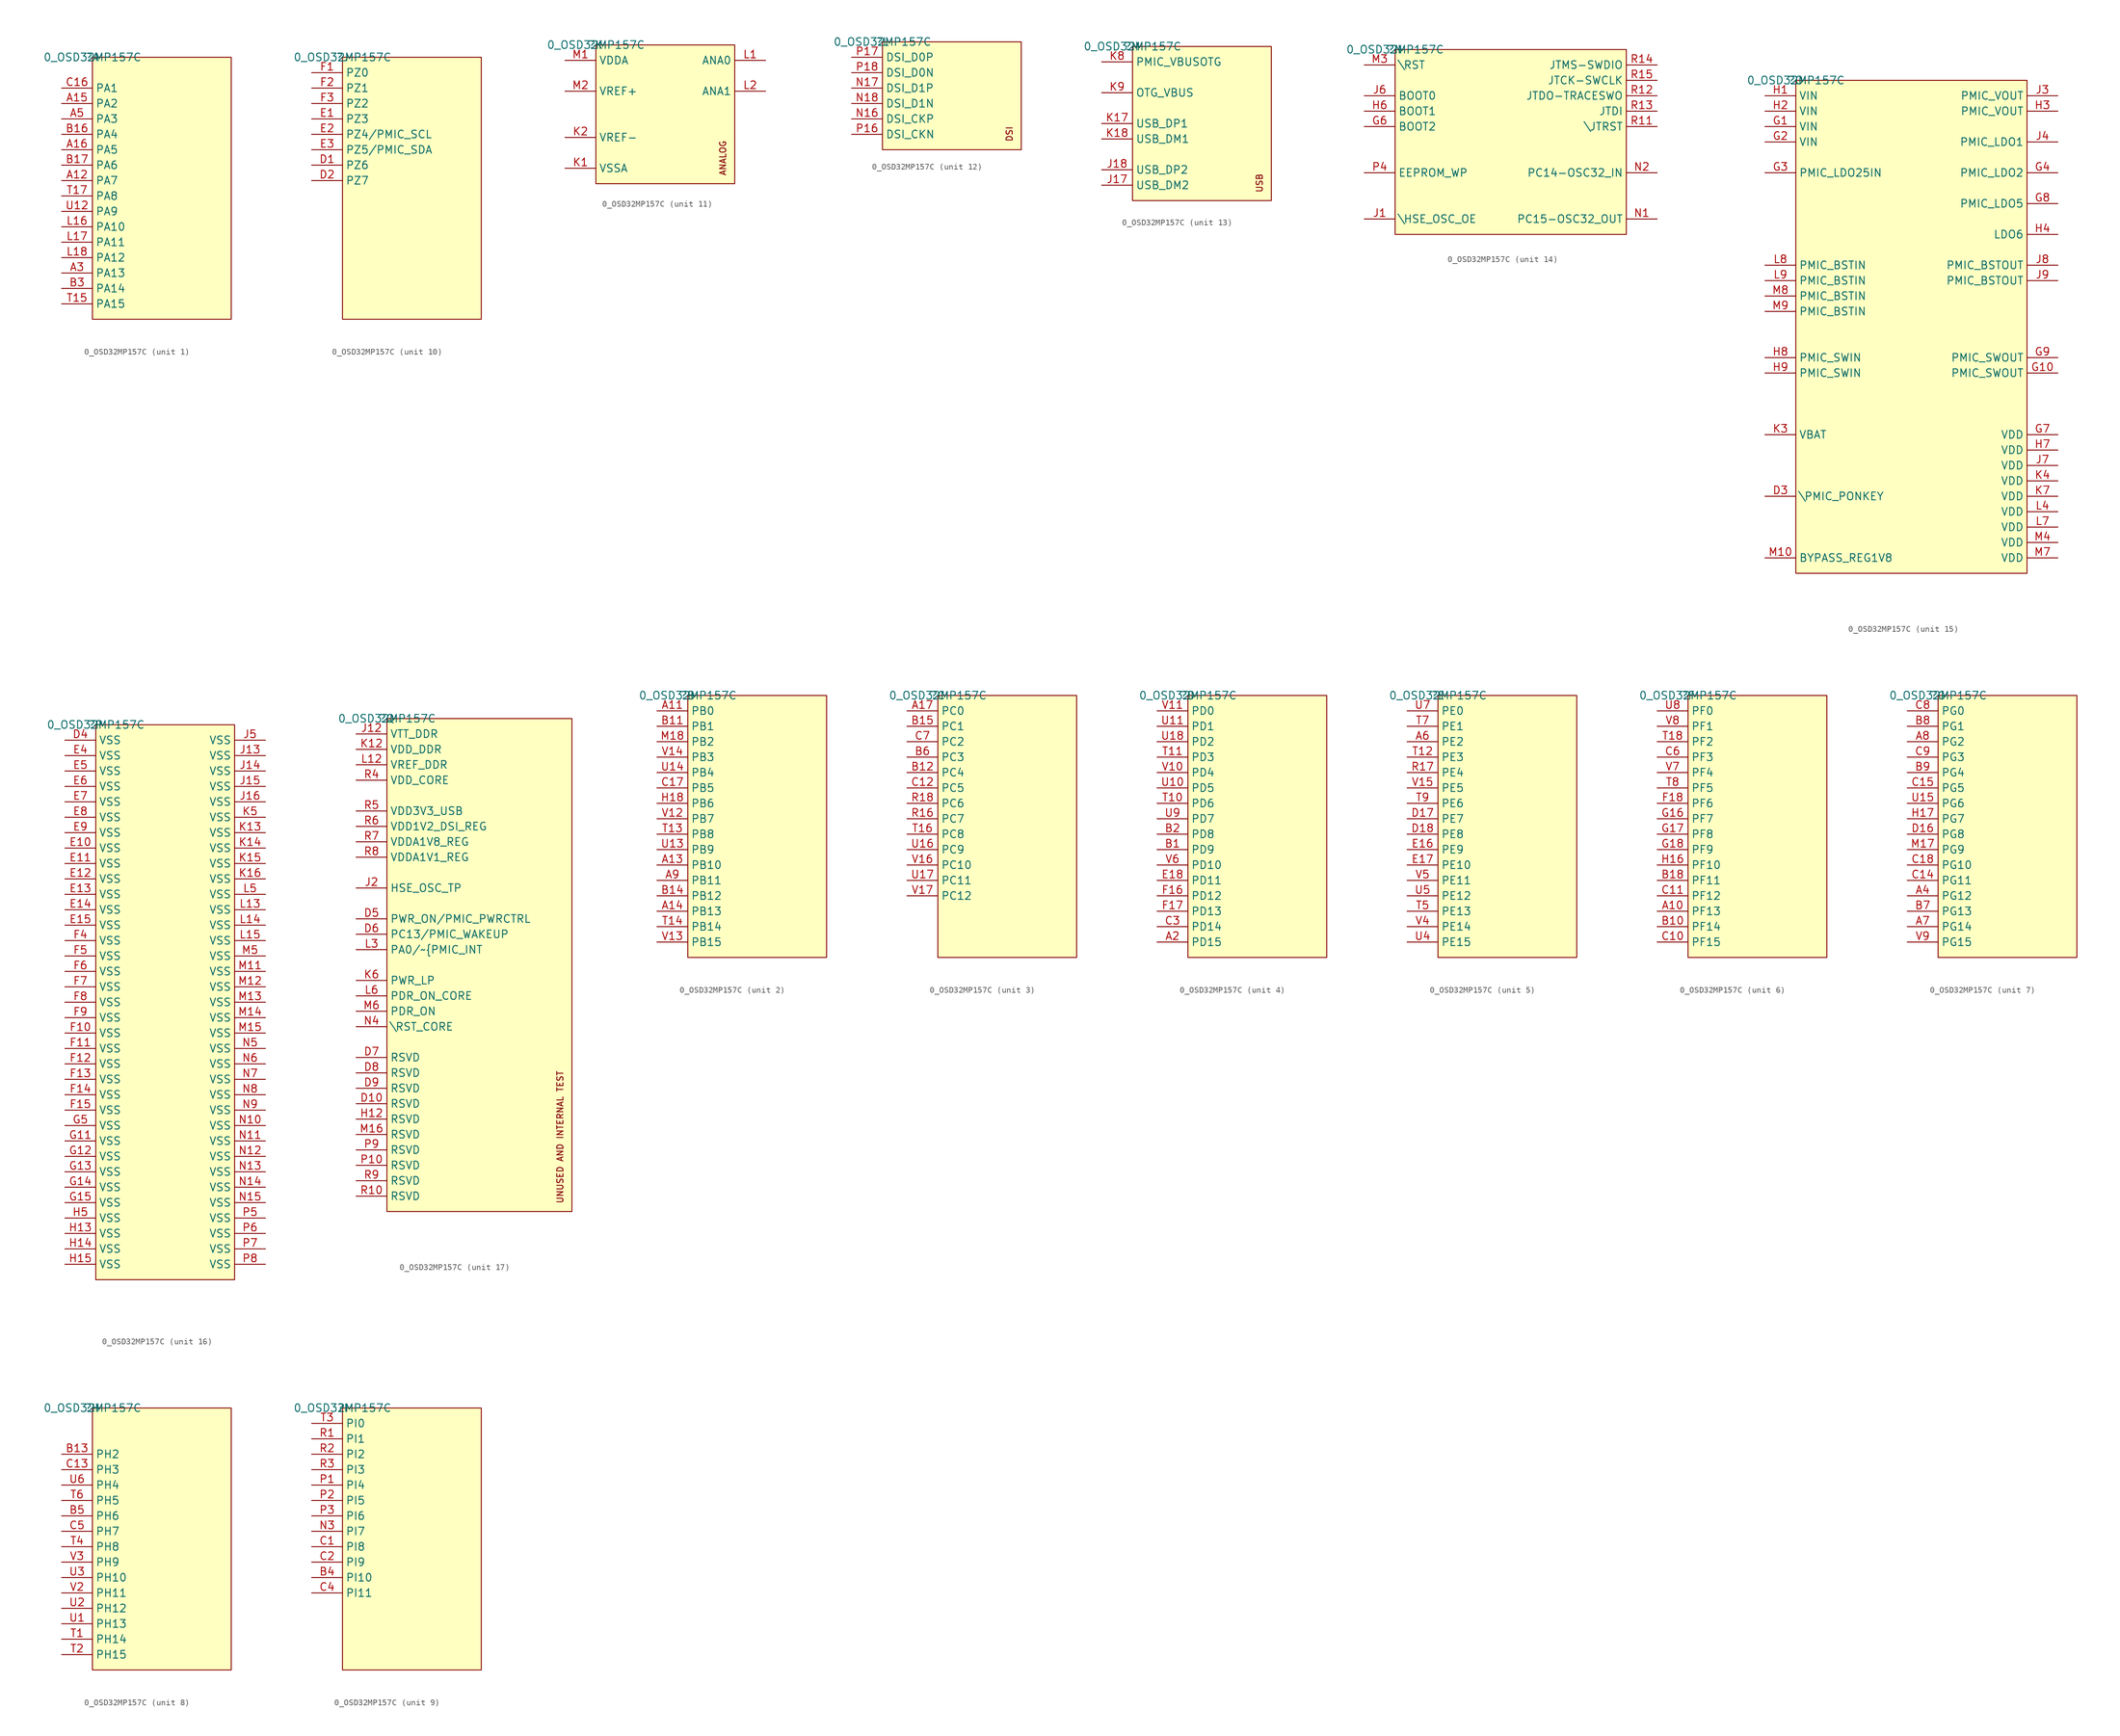
<source format=kicad_sym>
(kicad_symbol_lib
  (version 20210619)
  (generator kicad_symbol_editor)
  (symbol "OSD19001_CORE-altium-import:0_OSD32MP157C"
    (property "Reference" ""
      (at 0 0 0)
      (effects (font (size 1.27 1.27))))
    (property "Value" "0_OSD32MP157C"
      (at 0 0 0)
      (effects (font (size 1.27 1.27))))
    (symbol "0_OSD32MP157C_1_0"
      (rectangle (start 22.86 0) (end 0 -43.18) (stroke (width 0)) (fill (type background)))
      (pin bidirectional line (at -5.08 -20.32 0) (length 5.08) (name "PA7" (effects (font (size 1.27 1.27)))) (number "A12" (effects (font (size 1.27 1.27)))))
      (pin bidirectional line (at -5.08 -7.62 0) (length 5.08) (name "PA2" (effects (font (size 1.27 1.27)))) (number "A15" (effects (font (size 1.27 1.27)))))
      (pin bidirectional line (at -5.08 -15.24 0) (length 5.08) (name "PA5" (effects (font (size 1.27 1.27)))) (number "A16" (effects (font (size 1.27 1.27)))))
      (pin bidirectional line (at -5.08 -35.56 0) (length 5.08) (name "PA13" (effects (font (size 1.27 1.27)))) (number "A3" (effects (font (size 1.27 1.27)))))
      (pin bidirectional line (at -5.08 -10.16 0) (length 5.08) (name "PA3" (effects (font (size 1.27 1.27)))) (number "A5" (effects (font (size 1.27 1.27)))))
      (pin bidirectional line (at -5.08 -12.7 0) (length 5.08) (name "PA4" (effects (font (size 1.27 1.27)))) (number "B16" (effects (font (size 1.27 1.27)))))
      (pin bidirectional line (at -5.08 -17.78 0) (length 5.08) (name "PA6" (effects (font (size 1.27 1.27)))) (number "B17" (effects (font (size 1.27 1.27)))))
      (pin bidirectional line (at -5.08 -38.1 0) (length 5.08) (name "PA14" (effects (font (size 1.27 1.27)))) (number "B3" (effects (font (size 1.27 1.27)))))
      (pin bidirectional line (at -5.08 -5.08 0) (length 5.08) (name "PA1" (effects (font (size 1.27 1.27)))) (number "C16" (effects (font (size 1.27 1.27)))))
      (pin bidirectional line (at -5.08 -27.94 0) (length 5.08) (name "PA10" (effects (font (size 1.27 1.27)))) (number "L16" (effects (font (size 1.27 1.27)))))
      (pin bidirectional line (at -5.08 -30.48 0) (length 5.08) (name "PA11" (effects (font (size 1.27 1.27)))) (number "L17" (effects (font (size 1.27 1.27)))))
      (pin bidirectional line (at -5.08 -33.02 0) (length 5.08) (name "PA12" (effects (font (size 1.27 1.27)))) (number "L18" (effects (font (size 1.27 1.27)))))
      (pin bidirectional line (at -5.08 -40.64 0) (length 5.08) (name "PA15" (effects (font (size 1.27 1.27)))) (number "T15" (effects (font (size 1.27 1.27)))))
      (pin bidirectional line (at -5.08 -22.86 0) (length 5.08) (name "PA8" (effects (font (size 1.27 1.27)))) (number "T17" (effects (font (size 1.27 1.27)))))
      (pin bidirectional line (at -5.08 -25.4 0) (length 5.08) (name "PA9" (effects (font (size 1.27 1.27)))) (number "U12" (effects (font (size 1.27 1.27))))))
    (symbol "0_OSD32MP157C_2_0"
      (rectangle (start 22.86 0) (end 0 -43.18) (stroke (width 0)) (fill (type background)))
      (pin bidirectional line (at -5.08 -2.54 0) (length 5.08) (name "PB0" (effects (font (size 1.27 1.27)))) (number "A11" (effects (font (size 1.27 1.27)))))
      (pin bidirectional line (at -5.08 -27.94 0) (length 5.08) (name "PB10" (effects (font (size 1.27 1.27)))) (number "A13" (effects (font (size 1.27 1.27)))))
      (pin bidirectional line (at -5.08 -35.56 0) (length 5.08) (name "PB13" (effects (font (size 1.27 1.27)))) (number "A14" (effects (font (size 1.27 1.27)))))
      (pin bidirectional line (at -5.08 -30.48 0) (length 5.08) (name "PB11" (effects (font (size 1.27 1.27)))) (number "A9" (effects (font (size 1.27 1.27)))))
      (pin bidirectional line (at -5.08 -5.08 0) (length 5.08) (name "PB1" (effects (font (size 1.27 1.27)))) (number "B11" (effects (font (size 1.27 1.27)))))
      (pin bidirectional line (at -5.08 -33.02 0) (length 5.08) (name "PB12" (effects (font (size 1.27 1.27)))) (number "B14" (effects (font (size 1.27 1.27)))))
      (pin bidirectional line (at -5.08 -15.24 0) (length 5.08) (name "PB5" (effects (font (size 1.27 1.27)))) (number "C17" (effects (font (size 1.27 1.27)))))
      (pin bidirectional line (at -5.08 -17.78 0) (length 5.08) (name "PB6" (effects (font (size 1.27 1.27)))) (number "H18" (effects (font (size 1.27 1.27)))))
      (pin bidirectional line (at -5.08 -7.62 0) (length 5.08) (name "PB2" (effects (font (size 1.27 1.27)))) (number "M18" (effects (font (size 1.27 1.27)))))
      (pin bidirectional line (at -5.08 -22.86 0) (length 5.08) (name "PB8" (effects (font (size 1.27 1.27)))) (number "T13" (effects (font (size 1.27 1.27)))))
      (pin bidirectional line (at -5.08 -38.1 0) (length 5.08) (name "PB14" (effects (font (size 1.27 1.27)))) (number "T14" (effects (font (size 1.27 1.27)))))
      (pin bidirectional line (at -5.08 -25.4 0) (length 5.08) (name "PB9" (effects (font (size 1.27 1.27)))) (number "U13" (effects (font (size 1.27 1.27)))))
      (pin bidirectional line (at -5.08 -12.7 0) (length 5.08) (name "PB4" (effects (font (size 1.27 1.27)))) (number "U14" (effects (font (size 1.27 1.27)))))
      (pin bidirectional line (at -5.08 -20.32 0) (length 5.08) (name "PB7" (effects (font (size 1.27 1.27)))) (number "V12" (effects (font (size 1.27 1.27)))))
      (pin bidirectional line (at -5.08 -40.64 0) (length 5.08) (name "PB15" (effects (font (size 1.27 1.27)))) (number "V13" (effects (font (size 1.27 1.27)))))
      (pin bidirectional line (at -5.08 -10.16 0) (length 5.08) (name "PB3" (effects (font (size 1.27 1.27)))) (number "V14" (effects (font (size 1.27 1.27))))))
    (symbol "0_OSD32MP157C_3_0"
      (rectangle (start 22.86 0) (end 0 -43.18) (stroke (width 0)) (fill (type background)))
      (pin bidirectional line (at -5.08 -2.54 0) (length 5.08) (name "PC0" (effects (font (size 1.27 1.27)))) (number "A17" (effects (font (size 1.27 1.27)))))
      (pin bidirectional line (at -5.08 -12.7 0) (length 5.08) (name "PC4" (effects (font (size 1.27 1.27)))) (number "B12" (effects (font (size 1.27 1.27)))))
      (pin bidirectional line (at -5.08 -5.08 0) (length 5.08) (name "PC1" (effects (font (size 1.27 1.27)))) (number "B15" (effects (font (size 1.27 1.27)))))
      (pin bidirectional line (at -5.08 -10.16 0) (length 5.08) (name "PC3" (effects (font (size 1.27 1.27)))) (number "B6" (effects (font (size 1.27 1.27)))))
      (pin bidirectional line (at -5.08 -15.24 0) (length 5.08) (name "PC5" (effects (font (size 1.27 1.27)))) (number "C12" (effects (font (size 1.27 1.27)))))
      (pin bidirectional line (at -5.08 -7.62 0) (length 5.08) (name "PC2" (effects (font (size 1.27 1.27)))) (number "C7" (effects (font (size 1.27 1.27)))))
      (pin bidirectional line (at -5.08 -20.32 0) (length 5.08) (name "PC7" (effects (font (size 1.27 1.27)))) (number "R16" (effects (font (size 1.27 1.27)))))
      (pin bidirectional line (at -5.08 -17.78 0) (length 5.08) (name "PC6" (effects (font (size 1.27 1.27)))) (number "R18" (effects (font (size 1.27 1.27)))))
      (pin bidirectional line (at -5.08 -22.86 0) (length 5.08) (name "PC8" (effects (font (size 1.27 1.27)))) (number "T16" (effects (font (size 1.27 1.27)))))
      (pin bidirectional line (at -5.08 -25.4 0) (length 5.08) (name "PC9" (effects (font (size 1.27 1.27)))) (number "U16" (effects (font (size 1.27 1.27)))))
      (pin bidirectional line (at -5.08 -30.48 0) (length 5.08) (name "PC11" (effects (font (size 1.27 1.27)))) (number "U17" (effects (font (size 1.27 1.27)))))
      (pin bidirectional line (at -5.08 -27.94 0) (length 5.08) (name "PC10" (effects (font (size 1.27 1.27)))) (number "V16" (effects (font (size 1.27 1.27)))))
      (pin bidirectional line (at -5.08 -33.02 0) (length 5.08) (name "PC12" (effects (font (size 1.27 1.27)))) (number "V17" (effects (font (size 1.27 1.27))))))
    (symbol "0_OSD32MP157C_4_0"
      (rectangle (start 22.86 0) (end 0 -43.18) (stroke (width 0)) (fill (type background)))
      (pin bidirectional line (at -5.08 -40.64 0) (length 5.08) (name "PD15" (effects (font (size 1.27 1.27)))) (number "A2" (effects (font (size 1.27 1.27)))))
      (pin bidirectional line (at -5.08 -25.4 0) (length 5.08) (name "PD9" (effects (font (size 1.27 1.27)))) (number "B1" (effects (font (size 1.27 1.27)))))
      (pin bidirectional line (at -5.08 -22.86 0) (length 5.08) (name "PD8" (effects (font (size 1.27 1.27)))) (number "B2" (effects (font (size 1.27 1.27)))))
      (pin bidirectional line (at -5.08 -38.1 0) (length 5.08) (name "PD14" (effects (font (size 1.27 1.27)))) (number "C3" (effects (font (size 1.27 1.27)))))
      (pin bidirectional line (at -5.08 -30.48 0) (length 5.08) (name "PD11" (effects (font (size 1.27 1.27)))) (number "E18" (effects (font (size 1.27 1.27)))))
      (pin bidirectional line (at -5.08 -33.02 0) (length 5.08) (name "PD12" (effects (font (size 1.27 1.27)))) (number "F16" (effects (font (size 1.27 1.27)))))
      (pin bidirectional line (at -5.08 -35.56 0) (length 5.08) (name "PD13" (effects (font (size 1.27 1.27)))) (number "F17" (effects (font (size 1.27 1.27)))))
      (pin bidirectional line (at -5.08 -17.78 0) (length 5.08) (name "PD6" (effects (font (size 1.27 1.27)))) (number "T10" (effects (font (size 1.27 1.27)))))
      (pin bidirectional line (at -5.08 -10.16 0) (length 5.08) (name "PD3" (effects (font (size 1.27 1.27)))) (number "T11" (effects (font (size 1.27 1.27)))))
      (pin bidirectional line (at -5.08 -15.24 0) (length 5.08) (name "PD5" (effects (font (size 1.27 1.27)))) (number "U10" (effects (font (size 1.27 1.27)))))
      (pin bidirectional line (at -5.08 -5.08 0) (length 5.08) (name "PD1" (effects (font (size 1.27 1.27)))) (number "U11" (effects (font (size 1.27 1.27)))))
      (pin bidirectional line (at -5.08 -7.62 0) (length 5.08) (name "PD2" (effects (font (size 1.27 1.27)))) (number "U18" (effects (font (size 1.27 1.27)))))
      (pin bidirectional line (at -5.08 -20.32 0) (length 5.08) (name "PD7" (effects (font (size 1.27 1.27)))) (number "U9" (effects (font (size 1.27 1.27)))))
      (pin bidirectional line (at -5.08 -12.7 0) (length 5.08) (name "PD4" (effects (font (size 1.27 1.27)))) (number "V10" (effects (font (size 1.27 1.27)))))
      (pin bidirectional line (at -5.08 -2.54 0) (length 5.08) (name "PD0" (effects (font (size 1.27 1.27)))) (number "V11" (effects (font (size 1.27 1.27)))))
      (pin bidirectional line (at -5.08 -27.94 0) (length 5.08) (name "PD10" (effects (font (size 1.27 1.27)))) (number "V6" (effects (font (size 1.27 1.27))))))
    (symbol "0_OSD32MP157C_5_0"
      (rectangle (start 22.86 0) (end 0 -43.18) (stroke (width 0)) (fill (type background)))
      (pin bidirectional line (at -5.08 -7.62 0) (length 5.08) (name "PE2" (effects (font (size 1.27 1.27)))) (number "A6" (effects (font (size 1.27 1.27)))))
      (pin bidirectional line (at -5.08 -20.32 0) (length 5.08) (name "PE7" (effects (font (size 1.27 1.27)))) (number "D17" (effects (font (size 1.27 1.27)))))
      (pin bidirectional line (at -5.08 -22.86 0) (length 5.08) (name "PE8" (effects (font (size 1.27 1.27)))) (number "D18" (effects (font (size 1.27 1.27)))))
      (pin bidirectional line (at -5.08 -25.4 0) (length 5.08) (name "PE9" (effects (font (size 1.27 1.27)))) (number "E16" (effects (font (size 1.27 1.27)))))
      (pin bidirectional line (at -5.08 -27.94 0) (length 5.08) (name "PE10" (effects (font (size 1.27 1.27)))) (number "E17" (effects (font (size 1.27 1.27)))))
      (pin bidirectional line (at -5.08 -12.7 0) (length 5.08) (name "PE4" (effects (font (size 1.27 1.27)))) (number "R17" (effects (font (size 1.27 1.27)))))
      (pin bidirectional line (at -5.08 -10.16 0) (length 5.08) (name "PE3" (effects (font (size 1.27 1.27)))) (number "T12" (effects (font (size 1.27 1.27)))))
      (pin bidirectional line (at -5.08 -35.56 0) (length 5.08) (name "PE13" (effects (font (size 1.27 1.27)))) (number "T5" (effects (font (size 1.27 1.27)))))
      (pin bidirectional line (at -5.08 -5.08 0) (length 5.08) (name "PE1" (effects (font (size 1.27 1.27)))) (number "T7" (effects (font (size 1.27 1.27)))))
      (pin bidirectional line (at -5.08 -17.78 0) (length 5.08) (name "PE6" (effects (font (size 1.27 1.27)))) (number "T9" (effects (font (size 1.27 1.27)))))
      (pin bidirectional line (at -5.08 -40.64 0) (length 5.08) (name "PE15" (effects (font (size 1.27 1.27)))) (number "U4" (effects (font (size 1.27 1.27)))))
      (pin bidirectional line (at -5.08 -33.02 0) (length 5.08) (name "PE12" (effects (font (size 1.27 1.27)))) (number "U5" (effects (font (size 1.27 1.27)))))
      (pin bidirectional line (at -5.08 -2.54 0) (length 5.08) (name "PE0" (effects (font (size 1.27 1.27)))) (number "U7" (effects (font (size 1.27 1.27)))))
      (pin bidirectional line (at -5.08 -15.24 0) (length 5.08) (name "PE5" (effects (font (size 1.27 1.27)))) (number "V15" (effects (font (size 1.27 1.27)))))
      (pin bidirectional line (at -5.08 -38.1 0) (length 5.08) (name "PE14" (effects (font (size 1.27 1.27)))) (number "V4" (effects (font (size 1.27 1.27)))))
      (pin bidirectional line (at -5.08 -30.48 0) (length 5.08) (name "PE11" (effects (font (size 1.27 1.27)))) (number "V5" (effects (font (size 1.27 1.27))))))
    (symbol "0_OSD32MP157C_6_0"
      (rectangle (start 22.86 0) (end 0 -43.18) (stroke (width 0)) (fill (type background)))
      (pin bidirectional line (at -5.08 -35.56 0) (length 5.08) (name "PF13" (effects (font (size 1.27 1.27)))) (number "A10" (effects (font (size 1.27 1.27)))))
      (pin bidirectional line (at -5.08 -38.1 0) (length 5.08) (name "PF14" (effects (font (size 1.27 1.27)))) (number "B10" (effects (font (size 1.27 1.27)))))
      (pin bidirectional line (at -5.08 -30.48 0) (length 5.08) (name "PF11" (effects (font (size 1.27 1.27)))) (number "B18" (effects (font (size 1.27 1.27)))))
      (pin bidirectional line (at -5.08 -40.64 0) (length 5.08) (name "PF15" (effects (font (size 1.27 1.27)))) (number "C10" (effects (font (size 1.27 1.27)))))
      (pin bidirectional line (at -5.08 -33.02 0) (length 5.08) (name "PF12" (effects (font (size 1.27 1.27)))) (number "C11" (effects (font (size 1.27 1.27)))))
      (pin bidirectional line (at -5.08 -10.16 0) (length 5.08) (name "PF3" (effects (font (size 1.27 1.27)))) (number "C6" (effects (font (size 1.27 1.27)))))
      (pin bidirectional line (at -5.08 -17.78 0) (length 5.08) (name "PF6" (effects (font (size 1.27 1.27)))) (number "F18" (effects (font (size 1.27 1.27)))))
      (pin bidirectional line (at -5.08 -20.32 0) (length 5.08) (name "PF7" (effects (font (size 1.27 1.27)))) (number "G16" (effects (font (size 1.27 1.27)))))
      (pin bidirectional line (at -5.08 -22.86 0) (length 5.08) (name "PF8" (effects (font (size 1.27 1.27)))) (number "G17" (effects (font (size 1.27 1.27)))))
      (pin bidirectional line (at -5.08 -25.4 0) (length 5.08) (name "PF9" (effects (font (size 1.27 1.27)))) (number "G18" (effects (font (size 1.27 1.27)))))
      (pin bidirectional line (at -5.08 -27.94 0) (length 5.08) (name "PF10" (effects (font (size 1.27 1.27)))) (number "H16" (effects (font (size 1.27 1.27)))))
      (pin bidirectional line (at -5.08 -7.62 0) (length 5.08) (name "PF2" (effects (font (size 1.27 1.27)))) (number "T18" (effects (font (size 1.27 1.27)))))
      (pin bidirectional line (at -5.08 -15.24 0) (length 5.08) (name "PF5" (effects (font (size 1.27 1.27)))) (number "T8" (effects (font (size 1.27 1.27)))))
      (pin bidirectional line (at -5.08 -2.54 0) (length 5.08) (name "PF0" (effects (font (size 1.27 1.27)))) (number "U8" (effects (font (size 1.27 1.27)))))
      (pin bidirectional line (at -5.08 -12.7 0) (length 5.08) (name "PF4" (effects (font (size 1.27 1.27)))) (number "V7" (effects (font (size 1.27 1.27)))))
      (pin bidirectional line (at -5.08 -5.08 0) (length 5.08) (name "PF1" (effects (font (size 1.27 1.27)))) (number "V8" (effects (font (size 1.27 1.27))))))
    (symbol "0_OSD32MP157C_7_0"
      (rectangle (start 22.86 0) (end 0 -43.18) (stroke (width 0)) (fill (type background)))
      (pin bidirectional line (at -5.08 -33.02 0) (length 5.08) (name "PG12" (effects (font (size 1.27 1.27)))) (number "A4" (effects (font (size 1.27 1.27)))))
      (pin bidirectional line (at -5.08 -38.1 0) (length 5.08) (name "PG14" (effects (font (size 1.27 1.27)))) (number "A7" (effects (font (size 1.27 1.27)))))
      (pin bidirectional line (at -5.08 -7.62 0) (length 5.08) (name "PG2" (effects (font (size 1.27 1.27)))) (number "A8" (effects (font (size 1.27 1.27)))))
      (pin bidirectional line (at -5.08 -35.56 0) (length 5.08) (name "PG13" (effects (font (size 1.27 1.27)))) (number "B7" (effects (font (size 1.27 1.27)))))
      (pin bidirectional line (at -5.08 -5.08 0) (length 5.08) (name "PG1" (effects (font (size 1.27 1.27)))) (number "B8" (effects (font (size 1.27 1.27)))))
      (pin bidirectional line (at -5.08 -12.7 0) (length 5.08) (name "PG4" (effects (font (size 1.27 1.27)))) (number "B9" (effects (font (size 1.27 1.27)))))
      (pin bidirectional line (at -5.08 -30.48 0) (length 5.08) (name "PG11" (effects (font (size 1.27 1.27)))) (number "C14" (effects (font (size 1.27 1.27)))))
      (pin bidirectional line (at -5.08 -15.24 0) (length 5.08) (name "PG5" (effects (font (size 1.27 1.27)))) (number "C15" (effects (font (size 1.27 1.27)))))
      (pin bidirectional line (at -5.08 -27.94 0) (length 5.08) (name "PG10" (effects (font (size 1.27 1.27)))) (number "C18" (effects (font (size 1.27 1.27)))))
      (pin bidirectional line (at -5.08 -2.54 0) (length 5.08) (name "PG0" (effects (font (size 1.27 1.27)))) (number "C8" (effects (font (size 1.27 1.27)))))
      (pin bidirectional line (at -5.08 -10.16 0) (length 5.08) (name "PG3" (effects (font (size 1.27 1.27)))) (number "C9" (effects (font (size 1.27 1.27)))))
      (pin bidirectional line (at -5.08 -22.86 0) (length 5.08) (name "PG8" (effects (font (size 1.27 1.27)))) (number "D16" (effects (font (size 1.27 1.27)))))
      (pin bidirectional line (at -5.08 -20.32 0) (length 5.08) (name "PG7" (effects (font (size 1.27 1.27)))) (number "H17" (effects (font (size 1.27 1.27)))))
      (pin bidirectional line (at -5.08 -25.4 0) (length 5.08) (name "PG9" (effects (font (size 1.27 1.27)))) (number "M17" (effects (font (size 1.27 1.27)))))
      (pin bidirectional line (at -5.08 -17.78 0) (length 5.08) (name "PG6" (effects (font (size 1.27 1.27)))) (number "U15" (effects (font (size 1.27 1.27)))))
      (pin bidirectional line (at -5.08 -40.64 0) (length 5.08) (name "PG15" (effects (font (size 1.27 1.27)))) (number "V9" (effects (font (size 1.27 1.27))))))
    (symbol "0_OSD32MP157C_8_0"
      (rectangle (start 22.86 0) (end 0 -43.18) (stroke (width 0)) (fill (type background)))
      (pin bidirectional line (at -5.08 -7.62 0) (length 5.08) (name "PH2" (effects (font (size 1.27 1.27)))) (number "B13" (effects (font (size 1.27 1.27)))))
      (pin bidirectional line (at -5.08 -17.78 0) (length 5.08) (name "PH6" (effects (font (size 1.27 1.27)))) (number "B5" (effects (font (size 1.27 1.27)))))
      (pin bidirectional line (at -5.08 -10.16 0) (length 5.08) (name "PH3" (effects (font (size 1.27 1.27)))) (number "C13" (effects (font (size 1.27 1.27)))))
      (pin bidirectional line (at -5.08 -20.32 0) (length 5.08) (name "PH7" (effects (font (size 1.27 1.27)))) (number "C5" (effects (font (size 1.27 1.27)))))
      (pin bidirectional line (at -5.08 -38.1 0) (length 5.08) (name "PH14" (effects (font (size 1.27 1.27)))) (number "T1" (effects (font (size 1.27 1.27)))))
      (pin bidirectional line (at -5.08 -40.64 0) (length 5.08) (name "PH15" (effects (font (size 1.27 1.27)))) (number "T2" (effects (font (size 1.27 1.27)))))
      (pin bidirectional line (at -5.08 -22.86 0) (length 5.08) (name "PH8" (effects (font (size 1.27 1.27)))) (number "T4" (effects (font (size 1.27 1.27)))))
      (pin bidirectional line (at -5.08 -15.24 0) (length 5.08) (name "PH5" (effects (font (size 1.27 1.27)))) (number "T6" (effects (font (size 1.27 1.27)))))
      (pin bidirectional line (at -5.08 -35.56 0) (length 5.08) (name "PH13" (effects (font (size 1.27 1.27)))) (number "U1" (effects (font (size 1.27 1.27)))))
      (pin bidirectional line (at -5.08 -33.02 0) (length 5.08) (name "PH12" (effects (font (size 1.27 1.27)))) (number "U2" (effects (font (size 1.27 1.27)))))
      (pin bidirectional line (at -5.08 -27.94 0) (length 5.08) (name "PH10" (effects (font (size 1.27 1.27)))) (number "U3" (effects (font (size 1.27 1.27)))))
      (pin bidirectional line (at -5.08 -12.7 0) (length 5.08) (name "PH4" (effects (font (size 1.27 1.27)))) (number "U6" (effects (font (size 1.27 1.27)))))
      (pin bidirectional line (at -5.08 -30.48 0) (length 5.08) (name "PH11" (effects (font (size 1.27 1.27)))) (number "V2" (effects (font (size 1.27 1.27)))))
      (pin bidirectional line (at -5.08 -25.4 0) (length 5.08) (name "PH9" (effects (font (size 1.27 1.27)))) (number "V3" (effects (font (size 1.27 1.27))))))
    (symbol "0_OSD32MP157C_9_0"
      (rectangle (start 22.86 0) (end 0 -43.18) (stroke (width 0)) (fill (type background)))
      (pin bidirectional line (at -5.08 -27.94 0) (length 5.08) (name "PI10" (effects (font (size 1.27 1.27)))) (number "B4" (effects (font (size 1.27 1.27)))))
      (pin bidirectional line (at -5.08 -22.86 0) (length 5.08) (name "PI8" (effects (font (size 1.27 1.27)))) (number "C1" (effects (font (size 1.27 1.27)))))
      (pin bidirectional line (at -5.08 -25.4 0) (length 5.08) (name "PI9" (effects (font (size 1.27 1.27)))) (number "C2" (effects (font (size 1.27 1.27)))))
      (pin bidirectional line (at -5.08 -30.48 0) (length 5.08) (name "PI11" (effects (font (size 1.27 1.27)))) (number "C4" (effects (font (size 1.27 1.27)))))
      (pin bidirectional line (at -5.08 -20.32 0) (length 5.08) (name "PI7" (effects (font (size 1.27 1.27)))) (number "N3" (effects (font (size 1.27 1.27)))))
      (pin bidirectional line (at -5.08 -12.7 0) (length 5.08) (name "PI4" (effects (font (size 1.27 1.27)))) (number "P1" (effects (font (size 1.27 1.27)))))
      (pin bidirectional line (at -5.08 -15.24 0) (length 5.08) (name "PI5" (effects (font (size 1.27 1.27)))) (number "P2" (effects (font (size 1.27 1.27)))))
      (pin bidirectional line (at -5.08 -17.78 0) (length 5.08) (name "PI6" (effects (font (size 1.27 1.27)))) (number "P3" (effects (font (size 1.27 1.27)))))
      (pin bidirectional line (at -5.08 -5.08 0) (length 5.08) (name "PI1" (effects (font (size 1.27 1.27)))) (number "R1" (effects (font (size 1.27 1.27)))))
      (pin bidirectional line (at -5.08 -7.62 0) (length 5.08) (name "PI2" (effects (font (size 1.27 1.27)))) (number "R2" (effects (font (size 1.27 1.27)))))
      (pin bidirectional line (at -5.08 -10.16 0) (length 5.08) (name "PI3" (effects (font (size 1.27 1.27)))) (number "R3" (effects (font (size 1.27 1.27)))))
      (pin bidirectional line (at -5.08 -2.54 0) (length 5.08) (name "PI0" (effects (font (size 1.27 1.27)))) (number "T3" (effects (font (size 1.27 1.27))))))
    (symbol "0_OSD32MP157C_10_0"
      (rectangle (start 22.86 0) (end 0 -43.18) (stroke (width 0)) (fill (type background)))
      (pin bidirectional line (at -5.08 -17.78 0) (length 5.08) (name "PZ6" (effects (font (size 1.27 1.27)))) (number "D1" (effects (font (size 1.27 1.27)))))
      (pin bidirectional line (at -5.08 -20.32 0) (length 5.08) (name "PZ7" (effects (font (size 1.27 1.27)))) (number "D2" (effects (font (size 1.27 1.27)))))
      (pin bidirectional line (at -5.08 -10.16 0) (length 5.08) (name "PZ3" (effects (font (size 1.27 1.27)))) (number "E1" (effects (font (size 1.27 1.27)))))
      (pin bidirectional line (at -5.08 -12.7 0) (length 5.08) (name "PZ4/PMIC_SCL" (effects (font (size 1.27 1.27)))) (number "E2" (effects (font (size 1.27 1.27)))))
      (pin bidirectional line (at -5.08 -15.24 0) (length 5.08) (name "PZ5/PMIC_SDA" (effects (font (size 1.27 1.27)))) (number "E3" (effects (font (size 1.27 1.27)))))
      (pin bidirectional line (at -5.08 -2.54 0) (length 5.08) (name "PZ0" (effects (font (size 1.27 1.27)))) (number "F1" (effects (font (size 1.27 1.27)))))
      (pin bidirectional line (at -5.08 -5.08 0) (length 5.08) (name "PZ1" (effects (font (size 1.27 1.27)))) (number "F2" (effects (font (size 1.27 1.27)))))
      (pin bidirectional line (at -5.08 -7.62 0) (length 5.08) (name "PZ2" (effects (font (size 1.27 1.27)))) (number "F3" (effects (font (size 1.27 1.27))))))
    (symbol "0_OSD32MP157C_11_0"
      (text "ANALOG" (at 20.32 -21.59 900) (effects (font (size 1.016 1.016)) (justify left top)))
      (rectangle (start 22.86 0) (end 0 -22.86) (stroke (width 0)) (fill (type background)))
      (pin passive line (at -5.08 -20.32 0) (length 5.08) (name "VSSA" (effects (font (size 1.27 1.27)))) (number "K1" (effects (font (size 1.27 1.27)))))
      (pin passive line (at -5.08 -15.24 0) (length 5.08) (name "VREF-" (effects (font (size 1.27 1.27)))) (number "K2" (effects (font (size 1.27 1.27)))))
      (pin input line (at 27.94 -2.54 180) (length 5.08) (name "ANA0" (effects (font (size 1.27 1.27)))) (number "L1" (effects (font (size 1.27 1.27)))))
      (pin input line (at 27.94 -7.62 180) (length 5.08) (name "ANA1" (effects (font (size 1.27 1.27)))) (number "L2" (effects (font (size 1.27 1.27)))))
      (pin passive line (at -5.08 -2.54 0) (length 5.08) (name "VDDA" (effects (font (size 1.27 1.27)))) (number "M1" (effects (font (size 1.27 1.27)))))
      (pin passive line (at -5.08 -7.62 0) (length 5.08) (name "VREF+" (effects (font (size 1.27 1.27)))) (number "M2" (effects (font (size 1.27 1.27))))))
    (symbol "0_OSD32MP157C_12_0"
      (text "DSI" (at 20.32 -16.51 900) (effects (font (size 1.016 1.016)) (justify left top)))
      (rectangle (start 22.86 0) (end 0 -17.78) (stroke (width 0)) (fill (type background)))
      (pin output line (at -5.08 -12.7 0) (length 5.08) (name "DSI_CKP" (effects (font (size 1.27 1.27)))) (number "N16" (effects (font (size 1.27 1.27)))))
      (pin output line (at -5.08 -7.62 0) (length 5.08) (name "DSI_D1P" (effects (font (size 1.27 1.27)))) (number "N17" (effects (font (size 1.27 1.27)))))
      (pin output line (at -5.08 -10.16 0) (length 5.08) (name "DSI_D1N" (effects (font (size 1.27 1.27)))) (number "N18" (effects (font (size 1.27 1.27)))))
      (pin output line (at -5.08 -15.24 0) (length 5.08) (name "DSI_CKN" (effects (font (size 1.27 1.27)))) (number "P16" (effects (font (size 1.27 1.27)))))
      (pin output line (at -5.08 -2.54 0) (length 5.08) (name "DSI_D0P" (effects (font (size 1.27 1.27)))) (number "P17" (effects (font (size 1.27 1.27)))))
      (pin output line (at -5.08 -5.08 0) (length 5.08) (name "DSI_D0N" (effects (font (size 1.27 1.27)))) (number "P18" (effects (font (size 1.27 1.27))))))
    (symbol "0_OSD32MP157C_13_0"
      (text "USB" (at 20.32 -24.13 900) (effects (font (size 1.016 1.016)) (justify left top)))
      (rectangle (start 22.86 0) (end 0 -25.4) (stroke (width 0)) (fill (type background)))
      (pin bidirectional line (at -5.08 -22.86 0) (length 5.08) (name "USB_DM2" (effects (font (size 1.27 1.27)))) (number "J17" (effects (font (size 1.27 1.27)))))
      (pin bidirectional line (at -5.08 -20.32 0) (length 5.08) (name "USB_DP2" (effects (font (size 1.27 1.27)))) (number "J18" (effects (font (size 1.27 1.27)))))
      (pin bidirectional line (at -5.08 -12.7 0) (length 5.08) (name "USB_DP1" (effects (font (size 1.27 1.27)))) (number "K17" (effects (font (size 1.27 1.27)))))
      (pin bidirectional line (at -5.08 -15.24 0) (length 5.08) (name "USB_DM1" (effects (font (size 1.27 1.27)))) (number "K18" (effects (font (size 1.27 1.27)))))
      (pin passive line (at -5.08 -2.54 0) (length 5.08) (name "PMIC_VBUSOTG" (effects (font (size 1.27 1.27)))) (number "K8" (effects (font (size 1.27 1.27)))))
      (pin passive line (at -5.08 -7.62 0) (length 5.08) (name "OTG_VBUS" (effects (font (size 1.27 1.27)))) (number "K9" (effects (font (size 1.27 1.27))))))
    (symbol "0_OSD32MP157C_14_0"
      (rectangle (start 38.1 0) (end 0 -30.48) (stroke (width 0)) (fill (type background)))
      (pin input line (at -5.08 -12.7 0) (length 5.08) (name "BOOT2" (effects (font (size 1.27 1.27)))) (number "G6" (effects (font (size 1.27 1.27)))))
      (pin input line (at -5.08 -10.16 0) (length 5.08) (name "BOOT1" (effects (font (size 1.27 1.27)))) (number "H6" (effects (font (size 1.27 1.27)))))
      (pin input line (at -5.08 -27.94 0) (length 5.08) (name "\\HSE_OSC_OE" (effects (font (size 1.27 1.27)))) (number "J1" (effects (font (size 1.27 1.27)))))
      (pin input line (at -5.08 -7.62 0) (length 5.08) (name "BOOT0" (effects (font (size 1.27 1.27)))) (number "J6" (effects (font (size 1.27 1.27)))))
      (pin bidirectional line (at -5.08 -2.54 0) (length 5.08) (name "\\RST" (effects (font (size 1.27 1.27)))) (number "M3" (effects (font (size 1.27 1.27)))))
      (pin passive line (at 43.18 -27.94 180) (length 5.08) (name "PC15-OSC32_OUT" (effects (font (size 1.27 1.27)))) (number "N1" (effects (font (size 1.27 1.27)))))
      (pin passive line (at 43.18 -20.32 180) (length 5.08) (name "PC14-OSC32_IN" (effects (font (size 1.27 1.27)))) (number "N2" (effects (font (size 1.27 1.27)))))
      (pin input line (at -5.08 -20.32 0) (length 5.08) (name "EEPROM_WP" (effects (font (size 1.27 1.27)))) (number "P4" (effects (font (size 1.27 1.27)))))
      (pin input line (at 43.18 -12.7 180) (length 5.08) (name "\\JTRST" (effects (font (size 1.27 1.27)))) (number "R11" (effects (font (size 1.27 1.27)))))
      (pin output line (at 43.18 -7.62 180) (length 5.08) (name "JTDO-TRACESWO" (effects (font (size 1.27 1.27)))) (number "R12" (effects (font (size 1.27 1.27)))))
      (pin input line (at 43.18 -10.16 180) (length 5.08) (name "JTDI" (effects (font (size 1.27 1.27)))) (number "R13" (effects (font (size 1.27 1.27)))))
      (pin bidirectional line (at 43.18 -2.54 180) (length 5.08) (name "JTMS-SWDIO" (effects (font (size 1.27 1.27)))) (number "R14" (effects (font (size 1.27 1.27)))))
      (pin input line (at 43.18 -5.08 180) (length 5.08) (name "JTCK-SWCLK" (effects (font (size 1.27 1.27)))) (number "R15" (effects (font (size 1.27 1.27))))))
    (symbol "0_OSD32MP157C_15_0"
      (rectangle (start 38.1 0) (end 0 -81.28) (stroke (width 0)) (fill (type background)))
      (pin input line (at -5.08 -68.58 0) (length 5.08) (name "\\PMIC_PONKEY" (effects (font (size 1.27 1.27)))) (number "D3" (effects (font (size 1.27 1.27)))))
      (pin power_in line (at -5.08 -7.62 0) (length 5.08) (name "VIN" (effects (font (size 1.27 1.27)))) (number "G1" (effects (font (size 1.27 1.27)))))
      (pin passive line (at 43.18 -48.26 180) (length 5.08) (name "PMIC_SWOUT" (effects (font (size 1.27 1.27)))) (number "G10" (effects (font (size 1.27 1.27)))))
      (pin power_in line (at -5.08 -10.16 0) (length 5.08) (name "VIN" (effects (font (size 1.27 1.27)))) (number "G2" (effects (font (size 1.27 1.27)))))
      (pin power_in line (at -5.08 -15.24 0) (length 5.08) (name "PMIC_LDO25IN" (effects (font (size 1.27 1.27)))) (number "G3" (effects (font (size 1.27 1.27)))))
      (pin passive line (at 43.18 -15.24 180) (length 5.08) (name "PMIC_LDO2" (effects (font (size 1.27 1.27)))) (number "G4" (effects (font (size 1.27 1.27)))))
      (pin passive line (at 43.18 -58.42 180) (length 5.08) (name "VDD" (effects (font (size 1.27 1.27)))) (number "G7" (effects (font (size 1.27 1.27)))))
      (pin passive line (at 43.18 -20.32 180) (length 5.08) (name "PMIC_LDO5" (effects (font (size 1.27 1.27)))) (number "G8" (effects (font (size 1.27 1.27)))))
      (pin passive line (at 43.18 -45.72 180) (length 5.08) (name "PMIC_SWOUT" (effects (font (size 1.27 1.27)))) (number "G9" (effects (font (size 1.27 1.27)))))
      (pin power_in line (at -5.08 -2.54 0) (length 5.08) (name "VIN" (effects (font (size 1.27 1.27)))) (number "H1" (effects (font (size 1.27 1.27)))))
      (pin power_in line (at -5.08 -5.08 0) (length 5.08) (name "VIN" (effects (font (size 1.27 1.27)))) (number "H2" (effects (font (size 1.27 1.27)))))
      (pin passive line (at 43.18 -5.08 180) (length 5.08) (name "PMIC_VOUT" (effects (font (size 1.27 1.27)))) (number "H3" (effects (font (size 1.27 1.27)))))
      (pin passive line (at 43.18 -25.4 180) (length 5.08) (name "LDO6" (effects (font (size 1.27 1.27)))) (number "H4" (effects (font (size 1.27 1.27)))))
      (pin passive line (at 43.18 -60.96 180) (length 5.08) (name "VDD" (effects (font (size 1.27 1.27)))) (number "H7" (effects (font (size 1.27 1.27)))))
      (pin passive line (at -5.08 -45.72 0) (length 5.08) (name "PMIC_SWIN" (effects (font (size 1.27 1.27)))) (number "H8" (effects (font (size 1.27 1.27)))))
      (pin passive line (at -5.08 -48.26 0) (length 5.08) (name "PMIC_SWIN" (effects (font (size 1.27 1.27)))) (number "H9" (effects (font (size 1.27 1.27)))))
      (pin passive line (at 43.18 -2.54 180) (length 5.08) (name "PMIC_VOUT" (effects (font (size 1.27 1.27)))) (number "J3" (effects (font (size 1.27 1.27)))))
      (pin passive line (at 43.18 -10.16 180) (length 5.08) (name "PMIC_LDO1" (effects (font (size 1.27 1.27)))) (number "J4" (effects (font (size 1.27 1.27)))))
      (pin passive line (at 43.18 -63.5 180) (length 5.08) (name "VDD" (effects (font (size 1.27 1.27)))) (number "J7" (effects (font (size 1.27 1.27)))))
      (pin passive line (at 43.18 -30.48 180) (length 5.08) (name "PMIC_BSTOUT" (effects (font (size 1.27 1.27)))) (number "J8" (effects (font (size 1.27 1.27)))))
      (pin passive line (at 43.18 -33.02 180) (length 5.08) (name "PMIC_BSTOUT" (effects (font (size 1.27 1.27)))) (number "J9" (effects (font (size 1.27 1.27)))))
      (pin power_in line (at -5.08 -58.42 0) (length 5.08) (name "VBAT" (effects (font (size 1.27 1.27)))) (number "K3" (effects (font (size 1.27 1.27)))))
      (pin passive line (at 43.18 -66.04 180) (length 5.08) (name "VDD" (effects (font (size 1.27 1.27)))) (number "K4" (effects (font (size 1.27 1.27)))))
      (pin passive line (at 43.18 -68.58 180) (length 5.08) (name "VDD" (effects (font (size 1.27 1.27)))) (number "K7" (effects (font (size 1.27 1.27)))))
      (pin passive line (at 43.18 -71.12 180) (length 5.08) (name "VDD" (effects (font (size 1.27 1.27)))) (number "L4" (effects (font (size 1.27 1.27)))))
      (pin passive line (at 43.18 -73.66 180) (length 5.08) (name "VDD" (effects (font (size 1.27 1.27)))) (number "L7" (effects (font (size 1.27 1.27)))))
      (pin power_in line (at -5.08 -30.48 0) (length 5.08) (name "PMIC_BSTIN" (effects (font (size 1.27 1.27)))) (number "L8" (effects (font (size 1.27 1.27)))))
      (pin power_in line (at -5.08 -33.02 0) (length 5.08) (name "PMIC_BSTIN" (effects (font (size 1.27 1.27)))) (number "L9" (effects (font (size 1.27 1.27)))))
      (pin input line (at -5.08 -78.74 0) (length 5.08) (name "BYPASS_REG1V8" (effects (font (size 1.27 1.27)))) (number "M10" (effects (font (size 1.27 1.27)))))
      (pin passive line (at 43.18 -76.2 180) (length 5.08) (name "VDD" (effects (font (size 1.27 1.27)))) (number "M4" (effects (font (size 1.27 1.27)))))
      (pin passive line (at 43.18 -78.74 180) (length 5.08) (name "VDD" (effects (font (size 1.27 1.27)))) (number "M7" (effects (font (size 1.27 1.27)))))
      (pin power_in line (at -5.08 -35.56 0) (length 5.08) (name "PMIC_BSTIN" (effects (font (size 1.27 1.27)))) (number "M8" (effects (font (size 1.27 1.27)))))
      (pin power_in line (at -5.08 -38.1 0) (length 5.08) (name "PMIC_BSTIN" (effects (font (size 1.27 1.27)))) (number "M9" (effects (font (size 1.27 1.27))))))
    (symbol "0_OSD32MP157C_16_0"
      (rectangle (start 22.86 0) (end 0 -91.44) (stroke (width 0)) (fill (type background)))
      (pin power_in line (at -5.08 -2.54 0) (length 5.08) (name "VSS" (effects (font (size 1.27 1.27)))) (number "D4" (effects (font (size 1.27 1.27)))))
      (pin power_in line (at -5.08 -20.32 0) (length 5.08) (name "VSS" (effects (font (size 1.27 1.27)))) (number "E10" (effects (font (size 1.27 1.27)))))
      (pin power_in line (at -5.08 -22.86 0) (length 5.08) (name "VSS" (effects (font (size 1.27 1.27)))) (number "E11" (effects (font (size 1.27 1.27)))))
      (pin power_in line (at -5.08 -25.4 0) (length 5.08) (name "VSS" (effects (font (size 1.27 1.27)))) (number "E12" (effects (font (size 1.27 1.27)))))
      (pin power_in line (at -5.08 -27.94 0) (length 5.08) (name "VSS" (effects (font (size 1.27 1.27)))) (number "E13" (effects (font (size 1.27 1.27)))))
      (pin power_in line (at -5.08 -30.48 0) (length 5.08) (name "VSS" (effects (font (size 1.27 1.27)))) (number "E14" (effects (font (size 1.27 1.27)))))
      (pin power_in line (at -5.08 -33.02 0) (length 5.08) (name "VSS" (effects (font (size 1.27 1.27)))) (number "E15" (effects (font (size 1.27 1.27)))))
      (pin power_in line (at -5.08 -5.08 0) (length 5.08) (name "VSS" (effects (font (size 1.27 1.27)))) (number "E4" (effects (font (size 1.27 1.27)))))
      (pin power_in line (at -5.08 -7.62 0) (length 5.08) (name "VSS" (effects (font (size 1.27 1.27)))) (number "E5" (effects (font (size 1.27 1.27)))))
      (pin power_in line (at -5.08 -10.16 0) (length 5.08) (name "VSS" (effects (font (size 1.27 1.27)))) (number "E6" (effects (font (size 1.27 1.27)))))
      (pin power_in line (at -5.08 -12.7 0) (length 5.08) (name "VSS" (effects (font (size 1.27 1.27)))) (number "E7" (effects (font (size 1.27 1.27)))))
      (pin power_in line (at -5.08 -15.24 0) (length 5.08) (name "VSS" (effects (font (size 1.27 1.27)))) (number "E8" (effects (font (size 1.27 1.27)))))
      (pin power_in line (at -5.08 -17.78 0) (length 5.08) (name "VSS" (effects (font (size 1.27 1.27)))) (number "E9" (effects (font (size 1.27 1.27)))))
      (pin power_in line (at -5.08 -50.8 0) (length 5.08) (name "VSS" (effects (font (size 1.27 1.27)))) (number "F10" (effects (font (size 1.27 1.27)))))
      (pin power_in line (at -5.08 -53.34 0) (length 5.08) (name "VSS" (effects (font (size 1.27 1.27)))) (number "F11" (effects (font (size 1.27 1.27)))))
      (pin power_in line (at -5.08 -55.88 0) (length 5.08) (name "VSS" (effects (font (size 1.27 1.27)))) (number "F12" (effects (font (size 1.27 1.27)))))
      (pin power_in line (at -5.08 -58.42 0) (length 5.08) (name "VSS" (effects (font (size 1.27 1.27)))) (number "F13" (effects (font (size 1.27 1.27)))))
      (pin power_in line (at -5.08 -60.96 0) (length 5.08) (name "VSS" (effects (font (size 1.27 1.27)))) (number "F14" (effects (font (size 1.27 1.27)))))
      (pin power_in line (at -5.08 -63.5 0) (length 5.08) (name "VSS" (effects (font (size 1.27 1.27)))) (number "F15" (effects (font (size 1.27 1.27)))))
      (pin power_in line (at -5.08 -35.56 0) (length 5.08) (name "VSS" (effects (font (size 1.27 1.27)))) (number "F4" (effects (font (size 1.27 1.27)))))
      (pin power_in line (at -5.08 -38.1 0) (length 5.08) (name "VSS" (effects (font (size 1.27 1.27)))) (number "F5" (effects (font (size 1.27 1.27)))))
      (pin power_in line (at -5.08 -40.64 0) (length 5.08) (name "VSS" (effects (font (size 1.27 1.27)))) (number "F6" (effects (font (size 1.27 1.27)))))
      (pin power_in line (at -5.08 -43.18 0) (length 5.08) (name "VSS" (effects (font (size 1.27 1.27)))) (number "F7" (effects (font (size 1.27 1.27)))))
      (pin power_in line (at -5.08 -45.72 0) (length 5.08) (name "VSS" (effects (font (size 1.27 1.27)))) (number "F8" (effects (font (size 1.27 1.27)))))
      (pin power_in line (at -5.08 -48.26 0) (length 5.08) (name "VSS" (effects (font (size 1.27 1.27)))) (number "F9" (effects (font (size 1.27 1.27)))))
      (pin power_in line (at -5.08 -68.58 0) (length 5.08) (name "VSS" (effects (font (size 1.27 1.27)))) (number "G11" (effects (font (size 1.27 1.27)))))
      (pin power_in line (at -5.08 -71.12 0) (length 5.08) (name "VSS" (effects (font (size 1.27 1.27)))) (number "G12" (effects (font (size 1.27 1.27)))))
      (pin power_in line (at -5.08 -73.66 0) (length 5.08) (name "VSS" (effects (font (size 1.27 1.27)))) (number "G13" (effects (font (size 1.27 1.27)))))
      (pin power_in line (at -5.08 -76.2 0) (length 5.08) (name "VSS" (effects (font (size 1.27 1.27)))) (number "G14" (effects (font (size 1.27 1.27)))))
      (pin power_in line (at -5.08 -78.74 0) (length 5.08) (name "VSS" (effects (font (size 1.27 1.27)))) (number "G15" (effects (font (size 1.27 1.27)))))
      (pin power_in line (at -5.08 -66.04 0) (length 5.08) (name "VSS" (effects (font (size 1.27 1.27)))) (number "G5" (effects (font (size 1.27 1.27)))))
      (pin power_in line (at -5.08 -83.82 0) (length 5.08) (name "VSS" (effects (font (size 1.27 1.27)))) (number "H13" (effects (font (size 1.27 1.27)))))
      (pin power_in line (at -5.08 -86.36 0) (length 5.08) (name "VSS" (effects (font (size 1.27 1.27)))) (number "H14" (effects (font (size 1.27 1.27)))))
      (pin power_in line (at -5.08 -88.9 0) (length 5.08) (name "VSS" (effects (font (size 1.27 1.27)))) (number "H15" (effects (font (size 1.27 1.27)))))
      (pin power_in line (at -5.08 -81.28 0) (length 5.08) (name "VSS" (effects (font (size 1.27 1.27)))) (number "H5" (effects (font (size 1.27 1.27)))))
      (pin power_in line (at 27.94 -5.08 180) (length 5.08) (name "VSS" (effects (font (size 1.27 1.27)))) (number "J13" (effects (font (size 1.27 1.27)))))
      (pin power_in line (at 27.94 -7.62 180) (length 5.08) (name "VSS" (effects (font (size 1.27 1.27)))) (number "J14" (effects (font (size 1.27 1.27)))))
      (pin power_in line (at 27.94 -10.16 180) (length 5.08) (name "VSS" (effects (font (size 1.27 1.27)))) (number "J15" (effects (font (size 1.27 1.27)))))
      (pin power_in line (at 27.94 -12.7 180) (length 5.08) (name "VSS" (effects (font (size 1.27 1.27)))) (number "J16" (effects (font (size 1.27 1.27)))))
      (pin power_in line (at 27.94 -2.54 180) (length 5.08) (name "VSS" (effects (font (size 1.27 1.27)))) (number "J5" (effects (font (size 1.27 1.27)))))
      (pin power_in line (at 27.94 -17.78 180) (length 5.08) (name "VSS" (effects (font (size 1.27 1.27)))) (number "K13" (effects (font (size 1.27 1.27)))))
      (pin power_in line (at 27.94 -20.32 180) (length 5.08) (name "VSS" (effects (font (size 1.27 1.27)))) (number "K14" (effects (font (size 1.27 1.27)))))
      (pin power_in line (at 27.94 -22.86 180) (length 5.08) (name "VSS" (effects (font (size 1.27 1.27)))) (number "K15" (effects (font (size 1.27 1.27)))))
      (pin power_in line (at 27.94 -25.4 180) (length 5.08) (name "VSS" (effects (font (size 1.27 1.27)))) (number "K16" (effects (font (size 1.27 1.27)))))
      (pin power_in line (at 27.94 -15.24 180) (length 5.08) (name "VSS" (effects (font (size 1.27 1.27)))) (number "K5" (effects (font (size 1.27 1.27)))))
      (pin power_in line (at 27.94 -30.48 180) (length 5.08) (name "VSS" (effects (font (size 1.27 1.27)))) (number "L13" (effects (font (size 1.27 1.27)))))
      (pin power_in line (at 27.94 -33.02 180) (length 5.08) (name "VSS" (effects (font (size 1.27 1.27)))) (number "L14" (effects (font (size 1.27 1.27)))))
      (pin power_in line (at 27.94 -35.56 180) (length 5.08) (name "VSS" (effects (font (size 1.27 1.27)))) (number "L15" (effects (font (size 1.27 1.27)))))
      (pin power_in line (at 27.94 -27.94 180) (length 5.08) (name "VSS" (effects (font (size 1.27 1.27)))) (number "L5" (effects (font (size 1.27 1.27)))))
      (pin power_in line (at 27.94 -40.64 180) (length 5.08) (name "VSS" (effects (font (size 1.27 1.27)))) (number "M11" (effects (font (size 1.27 1.27)))))
      (pin power_in line (at 27.94 -43.18 180) (length 5.08) (name "VSS" (effects (font (size 1.27 1.27)))) (number "M12" (effects (font (size 1.27 1.27)))))
      (pin power_in line (at 27.94 -45.72 180) (length 5.08) (name "VSS" (effects (font (size 1.27 1.27)))) (number "M13" (effects (font (size 1.27 1.27)))))
      (pin power_in line (at 27.94 -48.26 180) (length 5.08) (name "VSS" (effects (font (size 1.27 1.27)))) (number "M14" (effects (font (size 1.27 1.27)))))
      (pin power_in line (at 27.94 -50.8 180) (length 5.08) (name "VSS" (effects (font (size 1.27 1.27)))) (number "M15" (effects (font (size 1.27 1.27)))))
      (pin power_in line (at 27.94 -38.1 180) (length 5.08) (name "VSS" (effects (font (size 1.27 1.27)))) (number "M5" (effects (font (size 1.27 1.27)))))
      (pin power_in line (at 27.94 -66.04 180) (length 5.08) (name "VSS" (effects (font (size 1.27 1.27)))) (number "N10" (effects (font (size 1.27 1.27)))))
      (pin power_in line (at 27.94 -68.58 180) (length 5.08) (name "VSS" (effects (font (size 1.27 1.27)))) (number "N11" (effects (font (size 1.27 1.27)))))
      (pin power_in line (at 27.94 -71.12 180) (length 5.08) (name "VSS" (effects (font (size 1.27 1.27)))) (number "N12" (effects (font (size 1.27 1.27)))))
      (pin power_in line (at 27.94 -73.66 180) (length 5.08) (name "VSS" (effects (font (size 1.27 1.27)))) (number "N13" (effects (font (size 1.27 1.27)))))
      (pin power_in line (at 27.94 -76.2 180) (length 5.08) (name "VSS" (effects (font (size 1.27 1.27)))) (number "N14" (effects (font (size 1.27 1.27)))))
      (pin power_in line (at 27.94 -78.74 180) (length 5.08) (name "VSS" (effects (font (size 1.27 1.27)))) (number "N15" (effects (font (size 1.27 1.27)))))
      (pin power_in line (at 27.94 -53.34 180) (length 5.08) (name "VSS" (effects (font (size 1.27 1.27)))) (number "N5" (effects (font (size 1.27 1.27)))))
      (pin power_in line (at 27.94 -55.88 180) (length 5.08) (name "VSS" (effects (font (size 1.27 1.27)))) (number "N6" (effects (font (size 1.27 1.27)))))
      (pin power_in line (at 27.94 -58.42 180) (length 5.08) (name "VSS" (effects (font (size 1.27 1.27)))) (number "N7" (effects (font (size 1.27 1.27)))))
      (pin power_in line (at 27.94 -60.96 180) (length 5.08) (name "VSS" (effects (font (size 1.27 1.27)))) (number "N8" (effects (font (size 1.27 1.27)))))
      (pin power_in line (at 27.94 -63.5 180) (length 5.08) (name "VSS" (effects (font (size 1.27 1.27)))) (number "N9" (effects (font (size 1.27 1.27)))))
      (pin power_in line (at 27.94 -81.28 180) (length 5.08) (name "VSS" (effects (font (size 1.27 1.27)))) (number "P5" (effects (font (size 1.27 1.27)))))
      (pin power_in line (at 27.94 -83.82 180) (length 5.08) (name "VSS" (effects (font (size 1.27 1.27)))) (number "P6" (effects (font (size 1.27 1.27)))))
      (pin power_in line (at 27.94 -86.36 180) (length 5.08) (name "VSS" (effects (font (size 1.27 1.27)))) (number "P7" (effects (font (size 1.27 1.27)))))
      (pin power_in line (at 27.94 -88.9 180) (length 5.08) (name "VSS" (effects (font (size 1.27 1.27)))) (number "P8" (effects (font (size 1.27 1.27))))))
    (symbol "0_OSD32MP157C_17_0"
      (text "UNUSED AND INTERNAL TEST" (at 27.94 -80.01 900) (effects (font (size 1.016 1.016)) (justify left top)))
      (rectangle (start 30.48 0) (end 0 -81.28) (stroke (width 0)) (fill (type background)))
      (pin passive line (at -5.08 -63.5 0) (length 5.08) (name "RSVD" (effects (font (size 1.27 1.27)))) (number "D10" (effects (font (size 1.27 1.27)))))
      (pin passive line (at -5.08 -33.02 0) (length 5.08) (name "PWR_ON/PMIC_PWRCTRL" (effects (font (size 1.27 1.27)))) (number "D5" (effects (font (size 1.27 1.27)))))
      (pin passive line (at -5.08 -35.56 0) (length 5.08) (name "PC13/PMIC_WAKEUP" (effects (font (size 1.27 1.27)))) (number "D6" (effects (font (size 1.27 1.27)))))
      (pin passive line (at -5.08 -55.88 0) (length 5.08) (name "RSVD" (effects (font (size 1.27 1.27)))) (number "D7" (effects (font (size 1.27 1.27)))))
      (pin passive line (at -5.08 -58.42 0) (length 5.08) (name "RSVD" (effects (font (size 1.27 1.27)))) (number "D8" (effects (font (size 1.27 1.27)))))
      (pin passive line (at -5.08 -60.96 0) (length 5.08) (name "RSVD" (effects (font (size 1.27 1.27)))) (number "D9" (effects (font (size 1.27 1.27)))))
      (pin passive line (at -5.08 -66.04 0) (length 5.08) (name "RSVD" (effects (font (size 1.27 1.27)))) (number "H12" (effects (font (size 1.27 1.27)))))
      (pin passive line (at -5.08 -2.54 0) (length 5.08) (name "VTT_DDR" (effects (font (size 1.27 1.27)))) (number "J12" (effects (font (size 1.27 1.27)))))
      (pin passive line (at -5.08 -27.94 0) (length 5.08) (name "HSE_OSC_TP" (effects (font (size 1.27 1.27)))) (number "J2" (effects (font (size 1.27 1.27)))))
      (pin passive line (at -5.08 -5.08 0) (length 5.08) (name "VDD_DDR" (effects (font (size 1.27 1.27)))) (number "K12" (effects (font (size 1.27 1.27)))))
      (pin passive line (at -5.08 -43.18 0) (length 5.08) (name "PWR_LP" (effects (font (size 1.27 1.27)))) (number "K6" (effects (font (size 1.27 1.27)))))
      (pin passive line (at -5.08 -7.62 0) (length 5.08) (name "VREF_DDR" (effects (font (size 1.27 1.27)))) (number "L12" (effects (font (size 1.27 1.27)))))
      (pin passive line (at -5.08 -38.1 0) (length 5.08) (name "PA0/~{PMIC_INT" (effects (font (size 1.27 1.27)))) (number "L3" (effects (font (size 1.27 1.27)))))
      (pin passive line (at -5.08 -45.72 0) (length 5.08) (name "PDR_ON_CORE" (effects (font (size 1.27 1.27)))) (number "L6" (effects (font (size 1.27 1.27)))))
      (pin passive line (at -5.08 -68.58 0) (length 5.08) (name "RSVD" (effects (font (size 1.27 1.27)))) (number "M16" (effects (font (size 1.27 1.27)))))
      (pin passive line (at -5.08 -48.26 0) (length 5.08) (name "PDR_ON" (effects (font (size 1.27 1.27)))) (number "M6" (effects (font (size 1.27 1.27)))))
      (pin passive line (at -5.08 -50.8 0) (length 5.08) (name "\\RST_CORE" (effects (font (size 1.27 1.27)))) (number "N4" (effects (font (size 1.27 1.27)))))
      (pin passive line (at -5.08 -73.66 0) (length 5.08) (name "RSVD" (effects (font (size 1.27 1.27)))) (number "P10" (effects (font (size 1.27 1.27)))))
      (pin passive line (at -5.08 -71.12 0) (length 5.08) (name "RSVD" (effects (font (size 1.27 1.27)))) (number "P9" (effects (font (size 1.27 1.27)))))
      (pin passive line (at -5.08 -78.74 0) (length 5.08) (name "RSVD" (effects (font (size 1.27 1.27)))) (number "R10" (effects (font (size 1.27 1.27)))))
      (pin passive line (at -5.08 -10.16 0) (length 5.08) (name "VDD_CORE" (effects (font (size 1.27 1.27)))) (number "R4" (effects (font (size 1.27 1.27)))))
      (pin passive line (at -5.08 -15.24 0) (length 5.08) (name "VDD3V3_USB" (effects (font (size 1.27 1.27)))) (number "R5" (effects (font (size 1.27 1.27)))))
      (pin passive line (at -5.08 -17.78 0) (length 5.08) (name "VDD1V2_DSI_REG" (effects (font (size 1.27 1.27)))) (number "R6" (effects (font (size 1.27 1.27)))))
      (pin passive line (at -5.08 -20.32 0) (length 5.08) (name "VDDA1V8_REG" (effects (font (size 1.27 1.27)))) (number "R7" (effects (font (size 1.27 1.27)))))
      (pin passive line (at -5.08 -22.86 0) (length 5.08) (name "VDDA1V1_REG" (effects (font (size 1.27 1.27)))) (number "R8" (effects (font (size 1.27 1.27)))))
      (pin passive line (at -5.08 -76.2 0) (length 5.08) (name "RSVD" (effects (font (size 1.27 1.27)))) (number "R9" (effects (font (size 1.27 1.27))))))))
</source>
